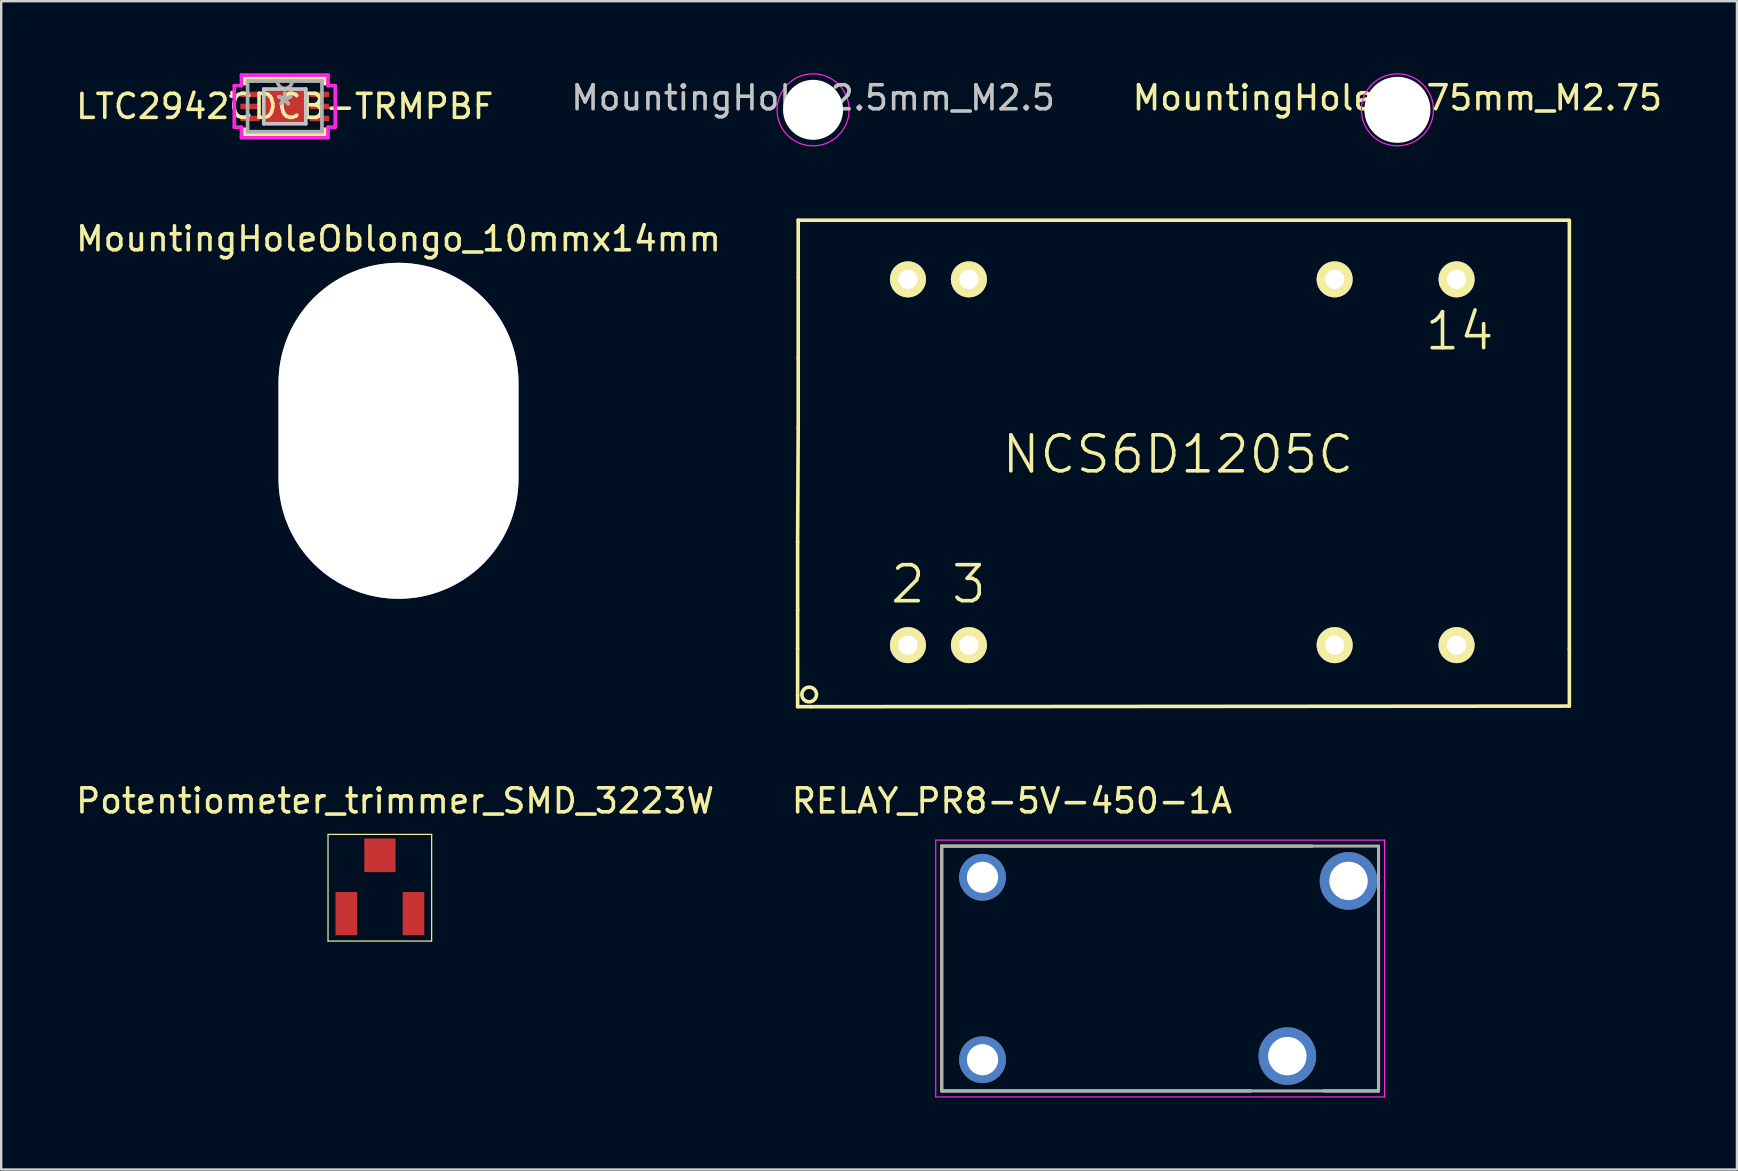
<source format=kicad_pcb>
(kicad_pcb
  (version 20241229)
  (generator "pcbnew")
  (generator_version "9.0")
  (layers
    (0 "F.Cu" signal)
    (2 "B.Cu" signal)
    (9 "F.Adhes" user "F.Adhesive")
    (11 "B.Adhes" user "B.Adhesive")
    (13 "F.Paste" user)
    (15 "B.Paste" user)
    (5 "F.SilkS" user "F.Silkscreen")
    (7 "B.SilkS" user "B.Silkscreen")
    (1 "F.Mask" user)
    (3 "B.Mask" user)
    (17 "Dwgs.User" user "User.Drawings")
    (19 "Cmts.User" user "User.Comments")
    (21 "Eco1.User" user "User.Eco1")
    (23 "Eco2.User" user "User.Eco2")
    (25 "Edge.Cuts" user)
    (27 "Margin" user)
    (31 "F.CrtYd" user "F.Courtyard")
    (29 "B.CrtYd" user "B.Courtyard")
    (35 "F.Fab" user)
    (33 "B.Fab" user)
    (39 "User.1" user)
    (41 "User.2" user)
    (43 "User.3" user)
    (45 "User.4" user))
  (footprint "MountingHole_2.5mm_M2.5"
    (layer "F.Cu")
    (at 30.827 1.526)
    (property "Reference" "MountingHole_2.5mm_M2.5" (at 0 -0.5 0) (unlocked yes) (layer "Dwgs.User") (effects (font (size 1 1) (thickness 0.15))))
    (attr through_hole)
    (fp_circle (center 0 0) (end 1.3 0.75) (stroke (width 0.05) (type solid)) (fill no) (layer "F.CrtYd"))
    (pad "" np_thru_hole circle (at 0 0) (size 2.5 2.5) (drill 2.5) (layers "*.Cu" "*.Mask")))
  (footprint "Potentiometer_trimmer_SMD_3223W"
    (layer "F.Cu")
    (at 11.379 35.018)
    (property "Reference" "Potentiometer_trimmer_SMD_3223W" (at 2.032 -4.699 0) (layer "F.SilkS") (effects (font (size 1 1) (thickness 0.15))))
    (attr through_hole)
    (fp_line (start -0.762 -3.302) (end -0.762 1.143) (stroke (width 0.05) (type solid)) (layer "F.SilkS"))
    (fp_line (start -0.761 -3.302) (end 3.556 -3.302) (stroke (width 0.05) (type solid)) (layer "F.SilkS"))
    (fp_line (start 3.556 -3.302) (end 3.556 1.143) (stroke (width 0.05) (type solid)) (layer "F.SilkS"))
    (fp_line (start 3.556 1.143) (end -0.762 1.143) (stroke (width 0.05) (type solid)) (layer "F.SilkS"))
    (pad "1" smd rect (at 0 0) (size 0.9 1.8) (layers "F.Cu" "F.Mask" "F.Paste"))
    (pad "2" smd trapezoid (at 1.4 -2.43) (size 1.3 1.4) (layers "F.Cu" "F.Mask" "F.Paste"))
    (pad "3" smd rect (at 2.8 0) (size 0.9 1.8) (layers "F.Cu" "F.Mask" "F.Paste")))
  (footprint "MountingHoleOblongo_10mmx14mm"
    (layer "F.Cu")
    (at 13.554 14.4)
    (property "Reference" "MountingHoleOblongo_10mmx14mm" (at 0 -7.5 0) (layer "F.SilkS") (effects (font (size 1 1) (thickness 0.15))))
    (attr through_hole)
    (pad "" np_thru_hole roundrect (at 0 0.5) (size 10 14) (drill oval 10 14) (layers "*.Cu" "*.Mask") (roundrect_rratio 0.5)))
  (footprint "NCS6D1205C"
    (placed yes)
    (layer "F.Cu")
    (at 34.78 23.83)
    (property "Reference" "NCS6D1205C" (at 11.252 -7.95 0) (layer "F.SilkS") (effects (font (size 1.5 1.5) (thickness 0.15))))
    (attr through_hole)
    (fp_line (start -4.597 -4.293) (end -4.597 -1.473) (stroke (width 0.15) (type solid)) (layer "F.SilkS"))
    (fp_line (start -4.597 -1.473) (end -4.597 0.127) (stroke (width 0.15) (type solid)) (layer "F.SilkS"))
    (fp_line (start -4.597 0.127) (end -4.597 2.108) (stroke (width 0.15) (type solid)) (layer "F.SilkS"))
    (fp_line (start -4.597 2.108) (end -4.597 2.565) (stroke (width 0.15) (type solid)) (layer "F.SilkS"))
    (fp_line (start -4.597 2.565) (end -4.42 2.565) (stroke (width 0.15) (type solid)) (layer "F.SilkS"))
    (fp_line (start -4.572 -17.704) (end 27.559 -17.704) (stroke (width 0.15) (type solid)) (layer "F.SilkS"))
    (fp_line (start -4.572 -15.342) (end -4.572 -17.704) (stroke (width 0.15) (type solid)) (layer "F.SilkS"))
    (fp_line (start -4.572 -15.316) (end -4.572 -11.963) (stroke (width 0.15) (type solid)) (layer "F.SilkS"))
    (fp_line (start -4.572 -11.963) (end -4.572 -9.042) (stroke (width 0.15) (type solid)) (layer "F.SilkS"))
    (fp_line (start -4.572 -9.042) (end -4.597 -4.293) (stroke (width 0.15) (type solid)) (layer "F.SilkS"))
    (fp_line (start -4.039 2.565) (end -4.369 2.565) (stroke (width 0.15) (type solid)) (layer "F.SilkS"))
    (fp_line (start 27.559 -17.678) (end 27.559 0.152) (stroke (width 0.15) (type solid)) (layer "F.SilkS"))
    (fp_line (start 27.559 0.152) (end 27.559 2.54) (stroke (width 0.15) (type solid)) (layer "F.SilkS"))
    (fp_line (start 27.559 2.54) (end -4.039 2.565) (stroke (width 0.15) (type solid)) (layer "F.SilkS"))
    (fp_circle (center -4.115 2.057) (end -3.81 2.057) (stroke (width 0.15) (type solid)) (fill no) (layer "F.SilkS"))
    (fp_text user "3" (at 2.54 -2.54 0) (layer "F.SilkS") (effects (font (size 1.5 1.5) (thickness 0.15))))
    (fp_text user "2" (at 0 -2.54 0) (layer "F.SilkS") (effects (font (size 1.5 1.5) (thickness 0.15))))
    (fp_text user "14" (at 22.987 -13.081 0) (layer "F.SilkS") (effects (font (size 1.5 1.5) (thickness 0.15))))
    (pad "2" thru_hole circle (at 0 0) (size 1.5 1.5) (drill 0.8) (layers "*.Cu" "*.Mask" "F.SilkS"))
    (pad "3" thru_hole circle (at 2.54 0) (size 1.5 1.5) (drill 0.8) (layers "*.Cu" "*.Mask" "F.SilkS"))
    (pad "9" thru_hole circle (at 17.78 0) (size 1.5 1.5) (drill 0.8) (layers "*.Cu" "*.Mask" "F.SilkS"))
    (pad "11" thru_hole circle (at 22.86 0) (size 1.5 1.5) (drill 0.8) (layers "*.Cu" "*.Mask" "F.SilkS"))
    (pad "14" thru_hole circle (at 22.86 -15.24) (size 1.5 1.5) (drill 0.8) (layers "*.Cu" "*.Mask" "F.SilkS"))
    (pad "16" thru_hole circle (at 17.78 -15.24) (size 1.5 1.5) (drill 0.8) (layers "*.Cu" "*.Mask" "F.SilkS"))
    (pad "22" thru_hole circle (at 2.54 -15.24) (size 1.5 1.5) (drill 0.8) (layers "*.Cu" "*.Mask" "F.SilkS"))
    (pad "23" thru_hole circle (at 0 -15.24) (size 1.5 1.5) (drill 0.8) (layers "*.Cu" "*.Mask" "F.SilkS")))
  (footprint "MountingHole_2.75mm_M2.75"
    (layer "F.Cu")
    (at 55.173 1.526)
    (property "Reference" "MountingHole_2.75mm_M2.75" (at 0 -0.5 0) (unlocked yes) (layer "F.SilkS") (effects (font (size 1 1) (thickness 0.15))))
    (attr through_hole)
    (fp_circle (center 0.001 0) (end 1.301 0.75) (stroke (width 0.05) (type solid)) (fill no) (layer "F.CrtYd"))
    (pad "" np_thru_hole circle (at 0.001 0) (size 2.75 2.75) (drill 2.75) (layers "*.Cu" "*.Mask")))
  (footprint "LTC2942CDCB-TRMPBF"
    (layer "F.Cu")
    (at 8.815 1.384)
    (property "Reference" "LTC2942CDCB-TRMPBF" (at 0 0 0) (layer "F.SilkS") (effects (font (size 1 1) (thickness 0.15))))
    (attr through_hole)
    (fp_line (start -1.676 -1.181) (end -1.676 -0.945) (stroke (width 0.152) (type solid)) (layer "F.SilkS"))
    (fp_line (start -1.676 0.945) (end -1.676 1.181) (stroke (width 0.152) (type solid)) (layer "F.SilkS"))
    (fp_line (start -1.676 1.181) (end 1.676 1.181) (stroke (width 0.152) (type solid)) (layer "F.SilkS"))
    (fp_line (start 1.676 -1.181) (end -1.676 -1.181) (stroke (width 0.152) (type solid)) (layer "F.SilkS"))
    (fp_line (start 1.676 -0.945) (end 1.676 -1.181) (stroke (width 0.152) (type solid)) (layer "F.SilkS"))
    (fp_line (start 1.676 1.181) (end 1.676 0.945) (stroke (width 0.152) (type solid)) (layer "F.SilkS"))
    (fp_arc (start -2.200999 -0.5762) (mid -2.12717 -0.48114) (end -2.237545 -0.433136) (stroke (width 0.1524) (type solid)) (layer "F.SilkS"))
    (fp_line (start -0.876 -0.724) (end -0.876 0.724) (stroke (width 0.152) (type solid)) (layer "Dwgs.User"))
    (fp_line (start -0.876 0.724) (end 0.876 0.724) (stroke (width 0.152) (type solid)) (layer "Dwgs.User"))
    (fp_line (start 0.876 -0.724) (end -0.876 -0.724) (stroke (width 0.152) (type solid)) (layer "Dwgs.User"))
    (fp_line (start 0.876 0.724) (end 0.876 -0.724) (stroke (width 0.152) (type solid)) (layer "Dwgs.User"))
    (fp_line (start -2.103 -0.866) (end -1.803 -0.866) (stroke (width 0.152) (type solid)) (layer "F.CrtYd"))
    (fp_line (start -2.103 0.866) (end -2.103 -0.866) (stroke (width 0.152) (type solid)) (layer "F.CrtYd"))
    (fp_line (start -1.803 -1.308) (end 1.803 -1.308) (stroke (width 0.152) (type solid)) (layer "F.CrtYd"))
    (fp_line (start -1.803 -0.866) (end -1.803 -1.308) (stroke (width 0.152) (type solid)) (layer "F.CrtYd"))
    (fp_line (start -1.803 0.866) (end -2.103 0.866) (stroke (width 0.152) (type solid)) (layer "F.CrtYd"))
    (fp_line (start -1.803 1.308) (end -1.803 0.866) (stroke (width 0.152) (type solid)) (layer "F.CrtYd"))
    (fp_line (start 1.803 -1.308) (end 1.803 -0.866) (stroke (width 0.152) (type solid)) (layer "F.CrtYd"))
    (fp_line (start 1.803 -0.866) (end 2.103 -0.866) (stroke (width 0.152) (type solid)) (layer "F.CrtYd"))
    (fp_line (start 1.803 0.866) (end 1.803 1.308) (stroke (width 0.152) (type solid)) (layer "F.CrtYd"))
    (fp_line (start 1.803 1.308) (end -1.803 1.308) (stroke (width 0.152) (type solid)) (layer "F.CrtYd"))
    (fp_line (start 2.103 -0.866) (end 2.103 0.866) (stroke (width 0.152) (type solid)) (layer "F.CrtYd"))
    (fp_line (start 2.103 0.866) (end 1.803 0.866) (stroke (width 0.152) (type solid)) (layer "F.CrtYd"))
    (fp_line (start -1.549 -1.054) (end -1.549 1.054) (stroke (width 0.152) (type solid)) (layer "F.Fab"))
    (fp_line (start -1.549 1.054) (end 1.549 1.054) (stroke (width 0.152) (type solid)) (layer "F.Fab"))
    (fp_line (start 1.549 -1.054) (end -1.549 -1.054) (stroke (width 0.152) (type solid)) (layer "F.Fab"))
    (fp_line (start 1.549 1.054) (end 1.549 -1.054) (stroke (width 0.152) (type solid)) (layer "F.Fab"))
    (fp_arc (start 0.3048 -1.0541) (mid 0 -0.7493) (end -0.3048 -1.0541) (stroke (width 0.1524) (type solid)) (layer "F.Fab"))
    (fp_text user "*" (at 0 0 0) (layer "F.SilkS") (effects (font (size 1 1) (thickness 0.15))))
    (fp_text user "Copyright 2016 Accelerated Designs. All rights reserved." (at 0 0 0) (layer "Cmts.User") (effects (font (size 0.127 0.127) (thickness 0.002))))
    (fp_text user "*" (at 0 0 0) (layer "F.Fab") (effects (font (size 1 1) (thickness 0.15))))
    (pad "1" smd rect (at -1.445 -0.5) (size 0.808 0.225) (layers "F.Cu" "F.Mask" "F.Paste"))
    (pad "2" smd rect (at -1.445 0) (size 0.808 0.225) (layers "F.Cu" "F.Mask" "F.Paste"))
    (pad "3" smd rect (at -1.445 0.5) (size 0.808 0.225) (layers "F.Cu" "F.Mask" "F.Paste"))
    (pad "4" smd rect (at 1.445 0.5) (size 0.808 0.225) (layers "F.Cu" "F.Mask" "F.Paste"))
    (pad "5" smd rect (at 1.445 0) (size 0.808 0.225) (layers "F.Cu" "F.Mask" "F.Paste"))
    (pad "6" smd rect (at 1.445 -0.5) (size 0.808 0.225) (layers "F.Cu" "F.Mask" "F.Paste"))
    (pad "7" smd rect (at 0 0) (size 1.753 1.448) (layers "F.Cu" "F.Mask" "F.Paste")))
  (footprint "RELAY_PR8-5V-450-1A"
    (layer "F.Cu")
    (at 45.288 37.304)
    (property "Reference" "RELAY_PR8-5V-450-1A" (at -6.175 -6.985 0) (layer "F.SilkS") (effects (font (size 1 1) (thickness 0.15))))
    (attr through_hole)
    (fp_line (start -9.1 -5.1) (end 6.33 -5.1) (stroke (width 0.127) (type solid)) (layer "F.SilkS"))
    (fp_line (start -9.1 5.1) (end -9.1 -5.1) (stroke (width 0.127) (type solid)) (layer "F.SilkS"))
    (fp_line (start 3.78 5.1) (end -9.1 5.1) (stroke (width 0.127) (type solid)) (layer "F.SilkS"))
    (fp_line (start 9.1 5.1) (end 6.82 5.1) (stroke (width 0.127) (type solid)) (layer "F.SilkS"))
    (fp_line (start 9.1 5.1) (end 9.1 -2.13) (stroke (width 0.127) (type solid)) (layer "F.SilkS"))
    (fp_line (start -9.35 -5.35) (end -9.35 5.35) (stroke (width 0.05) (type solid)) (layer "F.CrtYd"))
    (fp_line (start -9.35 5.35) (end 9.35 5.35) (stroke (width 0.05) (type solid)) (layer "F.CrtYd"))
    (fp_line (start 9.35 -5.35) (end -9.35 -5.35) (stroke (width 0.05) (type solid)) (layer "F.CrtYd"))
    (fp_line (start 9.35 5.35) (end 9.35 -5.35) (stroke (width 0.05) (type solid)) (layer "F.CrtYd"))
    (fp_line (start -9.1 -5.1) (end 9.1 -5.1) (stroke (width 0.127) (type solid)) (layer "F.Fab"))
    (fp_line (start -9.1 5.1) (end -9.1 -5.1) (stroke (width 0.127) (type solid)) (layer "F.Fab"))
    (fp_line (start 9.1 -5.1) (end 9.1 5.1) (stroke (width 0.127) (type solid)) (layer "F.Fab"))
    (fp_line (start 9.1 5.1) (end -9.1 5.1) (stroke (width 0.127) (type solid)) (layer "F.Fab"))
    (pad "A1" thru_hole circle (at -7.4 -3.8) (size 1.95 1.95) (drill 1.3) (layers "*.Cu" "*.Mask"))
    (pad "A2" thru_hole circle (at -7.4 3.8) (size 1.95 1.95) (drill 1.3) (layers "*.Cu" "*.Mask"))
    (pad "COM" thru_hole circle (at 5.3 3.65) (size 2.4 2.4) (drill 1.6) (layers "*.Cu" "*.Mask"))
    (pad "NO" thru_hole circle (at 7.85 -3.65) (size 2.4 2.4) (drill 1.6) (layers "*.Cu" "*.Mask")))
  (gr_rect
    (start -3 -3)
    (end 69.321 45.679)
    (stroke (width 0.1) (type default))
    (fill no)
    (layer "Edge.Cuts")))
</source>
